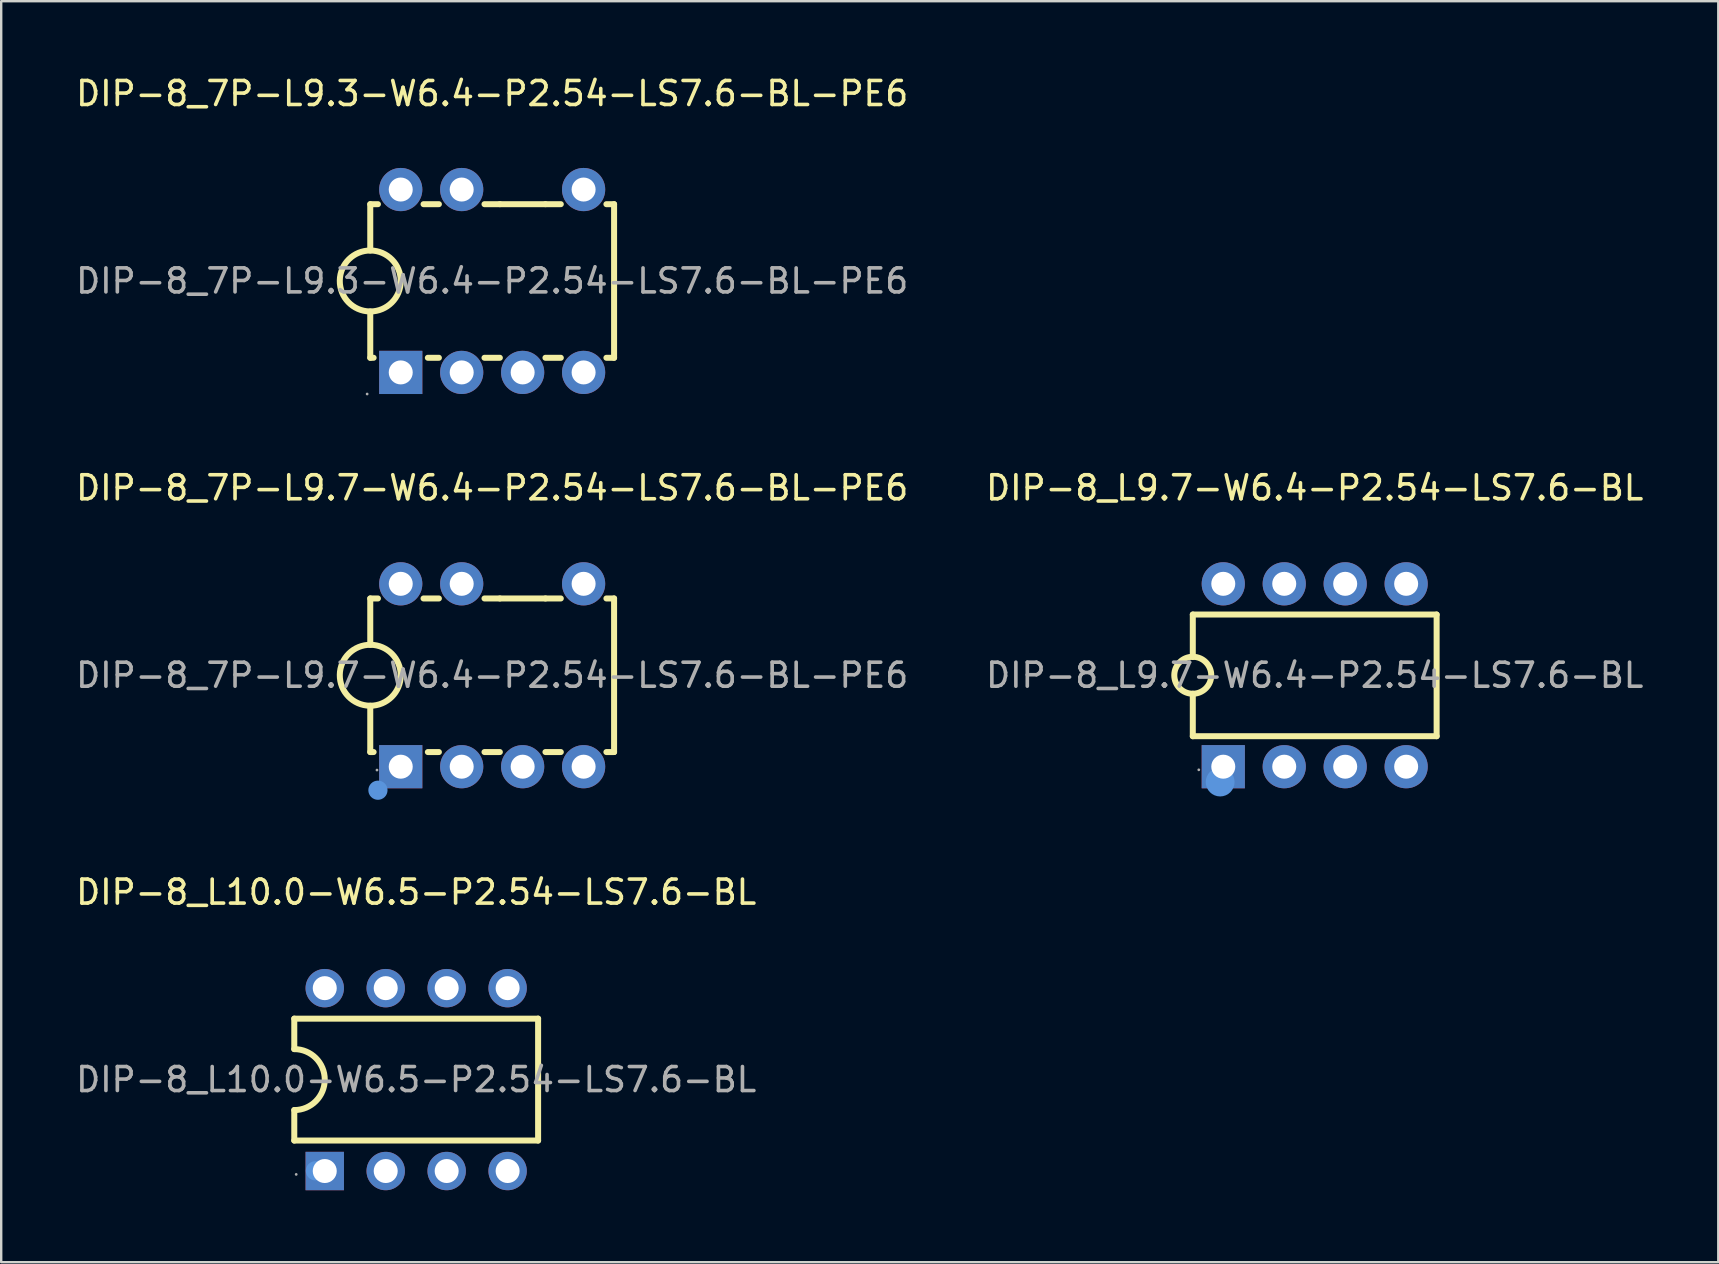
<source format=kicad_pcb>
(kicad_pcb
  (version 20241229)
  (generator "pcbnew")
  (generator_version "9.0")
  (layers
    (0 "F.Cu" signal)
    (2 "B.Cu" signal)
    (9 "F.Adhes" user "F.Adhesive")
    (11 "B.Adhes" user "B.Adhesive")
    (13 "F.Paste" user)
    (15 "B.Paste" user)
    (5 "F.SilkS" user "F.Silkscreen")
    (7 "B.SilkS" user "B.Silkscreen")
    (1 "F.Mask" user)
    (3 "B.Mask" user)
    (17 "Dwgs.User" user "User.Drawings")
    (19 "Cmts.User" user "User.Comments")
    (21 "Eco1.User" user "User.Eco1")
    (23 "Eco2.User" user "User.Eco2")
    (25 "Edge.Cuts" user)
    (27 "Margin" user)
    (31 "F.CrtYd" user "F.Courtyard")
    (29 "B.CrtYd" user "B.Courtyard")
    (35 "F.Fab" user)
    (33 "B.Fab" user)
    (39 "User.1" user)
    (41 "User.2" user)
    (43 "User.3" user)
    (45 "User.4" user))
  (footprint "DIP-8_L9.7-W6.4-P2.54-LS7.6-BL"
    (layer "F.Cu")
    (at 51.732 25.087)
    (property "Reference" "DIP-8_L9.7-W6.4-P2.54-LS7.6-BL" (at 0 -7.81 0) (layer "F.SilkS") (effects (font (size 1 1) (thickness 0.15))))
    (attr through_hole)
    (fp_line (start -5.08 -2.53) (end 5.08 -2.53) (stroke (width 0.25) (type solid)) (layer "F.SilkS"))
    (fp_line (start -5.08 -0.76) (end -5.08 -2.53) (stroke (width 0.25) (type solid)) (layer "F.SilkS"))
    (fp_line (start -5.08 2.54) (end -5.08 0.77) (stroke (width 0.25) (type solid)) (layer "F.SilkS"))
    (fp_line (start -5.08 2.54) (end 5.08 2.54) (stroke (width 0.25) (type solid)) (layer "F.SilkS"))
    (fp_line (start 5.08 2.54) (end 5.08 -2.53) (stroke (width 0.25) (type solid)) (layer "F.SilkS"))
    (fp_arc (start -5.093438 0.769883) (mid -5.073281 -0.769971) (end -5.08 0.77) (stroke (width 0.25) (type solid)) (layer "F.SilkS"))
    (fp_circle (center -3.94 4.45) (end -3.64 4.45) (stroke (width 0.6) (type solid)) (fill no) (layer "Cmts.User"))
    (fp_circle (center -4.83 3.94) (end -4.8 3.94) (stroke (width 0.06) (type solid)) (fill no) (layer "F.Fab"))
    (fp_text user "${REFERENCE}" (at 0 0 0) (layer "F.Fab") (effects (font (size 1 1) (thickness 0.15))))
    (pad "1" thru_hole rect (at -3.81 3.81) (size 1.8 1.8) (drill 1) (layers "*.Cu" "*.Paste" "*.Mask"))
    (pad "2" thru_hole circle (at -1.27 3.81) (size 1.8 1.8) (drill 1) (layers "*.Cu" "*.Paste" "*.Mask"))
    (pad "3" thru_hole circle (at 1.27 3.81) (size 1.8 1.8) (drill 1) (layers "*.Cu" "*.Paste" "*.Mask"))
    (pad "4" thru_hole circle (at 3.81 3.81) (size 1.8 1.8) (drill 1) (layers "*.Cu" "*.Paste" "*.Mask"))
    (pad "5" thru_hole circle (at 3.81 -3.81) (size 1.8 1.8) (drill 1) (layers "*.Cu" "*.Paste" "*.Mask"))
    (pad "6" thru_hole circle (at 1.27 -3.81) (size 1.8 1.8) (drill 1) (layers "*.Cu" "*.Paste" "*.Mask"))
    (pad "7" thru_hole circle (at -1.27 -3.81) (size 1.8 1.8) (drill 1) (layers "*.Cu" "*.Paste" "*.Mask"))
    (pad "8" thru_hole circle (at -3.81 -3.81) (size 1.8 1.8) (drill 1) (layers "*.Cu" "*.Paste" "*.Mask")))
  (footprint "DIP-8_7P-L9.7-W6.4-P2.54-LS7.6-BL-PE6"
    (layer "F.Cu")
    (at 17.458 25.087)
    (property "Reference" "DIP-8_7P-L9.7-W6.4-P2.54-LS7.6-BL-PE6" (at 0 -7.81 0) (layer "F.SilkS") (effects (font (size 1 1) (thickness 0.15))))
    (attr through_hole)
    (fp_line (start -5.08 -3.2) (end -4.76 -3.2) (stroke (width 0.25) (type solid)) (layer "F.SilkS"))
    (fp_line (start -5.08 -1.27) (end -5.08 -3.2) (stroke (width 0.25) (type solid)) (layer "F.SilkS"))
    (fp_line (start -5.08 3.2) (end -5.08 1.27) (stroke (width 0.25) (type solid)) (layer "F.SilkS"))
    (fp_line (start -5.08 3.2) (end -4.94 3.2) (stroke (width 0.25) (type solid)) (layer "F.SilkS"))
    (fp_line (start -2.86 -3.2) (end -2.22 -3.2) (stroke (width 0.25) (type solid)) (layer "F.SilkS"))
    (fp_line (start -2.68 3.2) (end -2.22 3.2) (stroke (width 0.25) (type solid)) (layer "F.SilkS"))
    (fp_line (start -0.32 -3.2) (end 0.32 -3.2) (stroke (width 0.25) (type solid)) (layer "F.SilkS"))
    (fp_line (start -0.32 3.2) (end 0.32 3.2) (stroke (width 0.25) (type solid)) (layer "F.SilkS"))
    (fp_line (start 0.32 -3.2) (end 2.22 -3.2) (stroke (width 0.25) (type solid)) (layer "F.SilkS"))
    (fp_line (start 2.22 -3.2) (end 2.86 -3.2) (stroke (width 0.25) (type solid)) (layer "F.SilkS"))
    (fp_line (start 2.22 3.2) (end 2.86 3.2) (stroke (width 0.25) (type solid)) (layer "F.SilkS"))
    (fp_line (start 4.76 -3.2) (end 5.08 -3.2) (stroke (width 0.25) (type solid)) (layer "F.SilkS"))
    (fp_line (start 4.76 3.2) (end 5.08 3.2) (stroke (width 0.25) (type solid)) (layer "F.SilkS"))
    (fp_line (start 5.08 3.2) (end 5.08 -3.2) (stroke (width 0.25) (type solid)) (layer "F.SilkS"))
    (fp_arc (start -5.102165 1.269807) (mid -5.068917 -1.269952) (end -5.08 1.27) (stroke (width 0.25) (type solid)) (layer "F.SilkS"))
    (fp_circle (center -4.76 4.79) (end -4.56 4.79) (stroke (width 0.4) (type solid)) (fill no) (layer "Cmts.User"))
    (fp_circle (center -4.8 3.95) (end -4.77 3.95) (stroke (width 0.06) (type solid)) (fill no) (layer "F.Fab"))
    (fp_text user "${REFERENCE}" (at 0 0 0) (layer "F.Fab") (effects (font (size 1 1) (thickness 0.15))))
    (pad "1" thru_hole rect (at -3.81 3.81) (size 1.8 1.8) (drill 1) (layers "*.Cu" "*.Paste" "*.Mask"))
    (pad "2" thru_hole circle (at -1.27 3.81) (size 1.8 1.8) (drill 1) (layers "*.Cu" "*.Paste" "*.Mask"))
    (pad "3" thru_hole circle (at 1.27 3.81) (size 1.8 1.8) (drill 1) (layers "*.Cu" "*.Paste" "*.Mask"))
    (pad "4" thru_hole circle (at 3.81 3.81) (size 1.8 1.8) (drill 1) (layers "*.Cu" "*.Paste" "*.Mask"))
    (pad "5" thru_hole circle (at 3.81 -3.81) (size 1.8 1.8) (drill 1) (layers "*.Cu" "*.Paste" "*.Mask"))
    (pad "7" thru_hole circle (at -1.27 -3.81) (size 1.8 1.8) (drill 1) (layers "*.Cu" "*.Paste" "*.Mask"))
    (pad "8" thru_hole circle (at -3.81 -3.81) (size 1.8 1.8) (drill 1) (layers "*.Cu" "*.Paste" "*.Mask")))
  (footprint "DIP-8_7P-L9.3-W6.4-P2.54-LS7.6-BL-PE6"
    (layer "F.Cu")
    (at 17.458 8.658)
    (property "Reference" "DIP-8_7P-L9.3-W6.4-P2.54-LS7.6-BL-PE6" (at 0 -7.81 0) (layer "F.SilkS") (effects (font (size 1 1) (thickness 0.15))))
    (attr through_hole)
    (fp_line (start -5.08 -3.2) (end -4.76 -3.2) (stroke (width 0.25) (type solid)) (layer "F.SilkS"))
    (fp_line (start -5.08 -1.27) (end -5.08 -3.2) (stroke (width 0.25) (type solid)) (layer "F.SilkS"))
    (fp_line (start -5.08 3.2) (end -5.08 1.27) (stroke (width 0.25) (type solid)) (layer "F.SilkS"))
    (fp_line (start -5.08 3.2) (end -4.94 3.2) (stroke (width 0.25) (type solid)) (layer "F.SilkS"))
    (fp_line (start -2.86 -3.2) (end -2.22 -3.2) (stroke (width 0.25) (type solid)) (layer "F.SilkS"))
    (fp_line (start -2.68 3.2) (end -2.22 3.2) (stroke (width 0.25) (type solid)) (layer "F.SilkS"))
    (fp_line (start -0.32 -3.2) (end 0.32 -3.2) (stroke (width 0.25) (type solid)) (layer "F.SilkS"))
    (fp_line (start -0.32 3.2) (end 0.32 3.2) (stroke (width 0.25) (type solid)) (layer "F.SilkS"))
    (fp_line (start 0.32 -3.2) (end 2.22 -3.2) (stroke (width 0.25) (type solid)) (layer "F.SilkS"))
    (fp_line (start 2.22 -3.2) (end 2.86 -3.2) (stroke (width 0.25) (type solid)) (layer "F.SilkS"))
    (fp_line (start 2.22 3.2) (end 2.86 3.2) (stroke (width 0.25) (type solid)) (layer "F.SilkS"))
    (fp_line (start 4.76 -3.2) (end 5.08 -3.2) (stroke (width 0.25) (type solid)) (layer "F.SilkS"))
    (fp_line (start 4.76 3.2) (end 5.08 3.2) (stroke (width 0.25) (type solid)) (layer "F.SilkS"))
    (fp_line (start 5.08 3.2) (end 5.08 -3.2) (stroke (width 0.25) (type solid)) (layer "F.SilkS"))
    (fp_arc (start -5.102165 1.269807) (mid -5.068917 -1.269952) (end -5.08 1.27) (stroke (width 0.25) (type solid)) (layer "F.SilkS"))
    (fp_circle (center -5.21 4.71) (end -5.18 4.71) (stroke (width 0.06) (type solid)) (fill no) (layer "F.Fab"))
    (fp_circle (center -3.81 -3.81) (end -3.61 -3.81) (stroke (width 0.4) (type solid)) (fill no) (layer "F.Fab"))
    (fp_circle (center -3.81 3.81) (end -3.61 3.81) (stroke (width 0.4) (type solid)) (fill no) (layer "F.Fab"))
    (fp_circle (center -1.27 -3.81) (end -1.07 -3.81) (stroke (width 0.4) (type solid)) (fill no) (layer "F.Fab"))
    (fp_circle (center -1.27 3.81) (end -1.07 3.81) (stroke (width 0.4) (type solid)) (fill no) (layer "F.Fab"))
    (fp_circle (center 1.27 3.81) (end 1.47 3.81) (stroke (width 0.4) (type solid)) (fill no) (layer "F.Fab"))
    (fp_circle (center 3.81 -3.81) (end 4.01 -3.81) (stroke (width 0.4) (type solid)) (fill no) (layer "F.Fab"))
    (fp_circle (center 3.81 3.81) (end 4.01 3.81) (stroke (width 0.4) (type solid)) (fill no) (layer "F.Fab"))
    (fp_text user "${REFERENCE}" (at 0 0 0) (layer "F.Fab") (effects (font (size 1 1) (thickness 0.15))))
    (pad "1" thru_hole rect (at -3.81 3.81) (size 1.8 1.8) (drill 1) (layers "*.Cu" "*.Paste" "*.Mask"))
    (pad "2" thru_hole circle (at -1.27 3.81) (size 1.8 1.8) (drill 1) (layers "*.Cu" "*.Paste" "*.Mask"))
    (pad "3" thru_hole circle (at 1.27 3.81) (size 1.8 1.8) (drill 1) (layers "*.Cu" "*.Paste" "*.Mask"))
    (pad "4" thru_hole circle (at 3.81 3.81) (size 1.8 1.8) (drill 1) (layers "*.Cu" "*.Paste" "*.Mask"))
    (pad "5" thru_hole circle (at 3.81 -3.81) (size 1.8 1.8) (drill 1) (layers "*.Cu" "*.Paste" "*.Mask"))
    (pad "6" thru_hole circle (at -1.27 -3.81) (size 1.8 1.8) (drill 1) (layers "*.Cu" "*.Paste" "*.Mask"))
    (pad "7" thru_hole circle (at -3.81 -3.81) (size 1.8 1.8) (drill 1) (layers "*.Cu" "*.Paste" "*.Mask")))
  (footprint "DIP-8_L10.0-W6.5-P2.54-LS7.6-BL"
    (layer "F.Cu")
    (at 14.292 41.935)
    (property "Reference" "DIP-8_L10.0-W6.5-P2.54-LS7.6-BL" (at 0 -7.81 0) (layer "F.SilkS") (effects (font (size 1 1) (thickness 0.15))))
    (attr through_hole)
    (fp_line (start -5.08 -1.27) (end -5.08 -2.54) (stroke (width 0.25) (type solid)) (layer "F.SilkS"))
    (fp_line (start -5.08 2.54) (end -5.08 1.27) (stroke (width 0.25) (type solid)) (layer "F.SilkS"))
    (fp_line (start 5.08 -2.54) (end -5.08 -2.54) (stroke (width 0.25) (type solid)) (layer "F.SilkS"))
    (fp_line (start 5.08 2.54) (end -5.08 2.54) (stroke (width 0.25) (type solid)) (layer "F.SilkS"))
    (fp_line (start 5.08 2.54) (end 5.08 -2.54) (stroke (width 0.25) (type solid)) (layer "F.SilkS"))
    (fp_arc (start -5.08 -1.27) (mid -3.81 0) (end -5.08 1.27) (stroke (width 0.25) (type solid)) (layer "F.SilkS"))
    (fp_circle (center -4.2 3.8) (end -4 3.8) (stroke (width 0.4) (type solid)) (fill no) (layer "Cmts.User"))
    (fp_circle (center -5 3.95) (end -4.97 3.95) (stroke (width 0.06) (type solid)) (fill no) (layer "F.Fab"))
    (fp_text user "${REFERENCE}" (at 0 0 0) (layer "F.Fab") (effects (font (size 1 1) (thickness 0.15))))
    (pad "1" thru_hole rect (at -3.81 3.81) (size 1.6 1.6) (drill 1) (layers "*.Cu" "*.Paste" "*.Mask"))
    (pad "2" thru_hole circle (at -1.27 3.81) (size 1.6 1.6) (drill 1) (layers "*.Cu" "*.Paste" "*.Mask"))
    (pad "3" thru_hole circle (at 1.27 3.81) (size 1.6 1.6) (drill 1) (layers "*.Cu" "*.Paste" "*.Mask"))
    (pad "4" thru_hole circle (at 3.81 3.81) (size 1.6 1.6) (drill 1) (layers "*.Cu" "*.Paste" "*.Mask"))
    (pad "5" thru_hole circle (at 3.81 -3.81) (size 1.6 1.6) (drill 1) (layers "*.Cu" "*.Paste" "*.Mask"))
    (pad "6" thru_hole circle (at 1.27 -3.81) (size 1.6 1.6) (drill 1) (layers "*.Cu" "*.Paste" "*.Mask"))
    (pad "7" thru_hole circle (at -1.27 -3.81) (size 1.6 1.6) (drill 1) (layers "*.Cu" "*.Paste" "*.Mask"))
    (pad "8" thru_hole circle (at -3.81 -3.81) (size 1.6 1.6) (drill 1) (layers "*.Cu" "*.Paste" "*.Mask")))
  (gr_rect
    (start -3 -3)
    (end 68.548 49.545)
    (stroke (width 0.1) (type default))
    (fill no)
    (layer "Edge.Cuts")))
</source>
